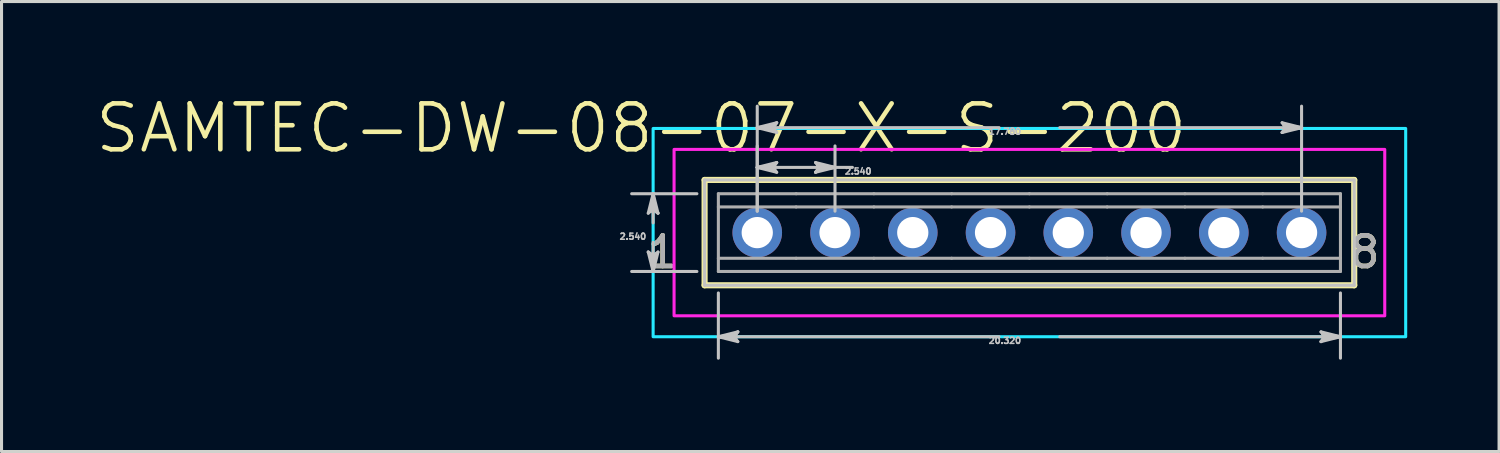
<source format=kicad_pcb>
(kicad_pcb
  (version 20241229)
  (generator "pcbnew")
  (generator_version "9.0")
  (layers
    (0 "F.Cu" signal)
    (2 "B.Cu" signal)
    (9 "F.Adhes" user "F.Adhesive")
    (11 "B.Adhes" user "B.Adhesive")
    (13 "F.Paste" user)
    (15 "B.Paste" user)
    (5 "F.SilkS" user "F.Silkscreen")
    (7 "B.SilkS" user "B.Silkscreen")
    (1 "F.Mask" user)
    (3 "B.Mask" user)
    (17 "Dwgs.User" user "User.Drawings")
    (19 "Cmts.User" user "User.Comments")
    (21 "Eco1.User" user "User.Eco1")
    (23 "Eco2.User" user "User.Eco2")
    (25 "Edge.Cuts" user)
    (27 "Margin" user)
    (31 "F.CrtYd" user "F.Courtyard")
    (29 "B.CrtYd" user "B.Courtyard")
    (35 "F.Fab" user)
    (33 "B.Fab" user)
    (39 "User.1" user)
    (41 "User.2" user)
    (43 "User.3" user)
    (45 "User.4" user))
  (footprint "SAMTEC-DW-08-07-X-S-200"
    (layer "F.Cu")
    (at 30.575 4.548)
    (property "Reference" "SAMTEC-DW-08-07-X-S-200" (at -12.678 -3.408 0) (layer "F.SilkS") (effects (font (size 1.5 1.5) (thickness 0.15))))
    (attr through_hole)
    (fp_circle (center -8.89 0) (end -8.029 0) (stroke (width 0) (type solid)) (fill yes) (layer "F.Mask"))
    (fp_circle (center -6.35 0) (end -5.489 0) (stroke (width 0) (type solid)) (fill yes) (layer "F.Mask"))
    (fp_circle (center -3.81 0) (end -2.949 0) (stroke (width 0) (type solid)) (fill yes) (layer "F.Mask"))
    (fp_circle (center -1.27 0) (end -0.409 0) (stroke (width 0) (type solid)) (fill yes) (layer "F.Mask"))
    (fp_circle (center 1.27 0) (end 2.131 0) (stroke (width 0) (type solid)) (fill yes) (layer "F.Mask"))
    (fp_circle (center 3.81 0) (end 4.671 0) (stroke (width 0) (type solid)) (fill yes) (layer "F.Mask"))
    (fp_circle (center 6.35 0) (end 7.211 0) (stroke (width 0) (type solid)) (fill yes) (layer "F.Mask"))
    (fp_circle (center 8.89 0) (end 9.751 0) (stroke (width 0) (type solid)) (fill yes) (layer "F.Mask"))
    (fp_circle (center -8.89 0) (end -8.029 0) (stroke (width 0) (type solid)) (fill yes) (layer "B.Mask"))
    (fp_circle (center -6.35 0) (end -5.489 0) (stroke (width 0) (type solid)) (fill yes) (layer "B.Mask"))
    (fp_circle (center -3.81 0) (end -2.949 0) (stroke (width 0) (type solid)) (fill yes) (layer "B.Mask"))
    (fp_circle (center -1.27 0) (end -0.409 0) (stroke (width 0) (type solid)) (fill yes) (layer "B.Mask"))
    (fp_circle (center 1.27 0) (end 2.131 0) (stroke (width 0) (type solid)) (fill yes) (layer "B.Mask"))
    (fp_circle (center 3.81 0) (end 4.671 0) (stroke (width 0) (type solid)) (fill yes) (layer "B.Mask"))
    (fp_circle (center 6.35 0) (end 7.211 0) (stroke (width 0) (type solid)) (fill yes) (layer "B.Mask"))
    (fp_circle (center 8.89 0) (end 9.751 0) (stroke (width 0) (type solid)) (fill yes) (layer "B.Mask"))
    (fp_line (start -10.61 -1.72) (end -10.61 1.72) (stroke (width 0.2) (type solid)) (layer "F.SilkS"))
    (fp_line (start -10.61 1.72) (end 10.61 1.72) (stroke (width 0.2) (type solid)) (layer "F.SilkS"))
    (fp_line (start 10.61 -1.72) (end -10.61 -1.72) (stroke (width 0.2) (type solid)) (layer "F.SilkS"))
    (fp_line (start 10.61 1.72) (end 10.61 -1.72) (stroke (width 0.2) (type solid)) (layer "F.SilkS"))
    (fp_line (start -12.45 -0.635) (end -12.291 -0.762) (stroke (width 0.1) (type solid)) (layer "Dwgs.User"))
    (fp_line (start -12.45 0.635) (end -12.291 1.27) (stroke (width 0.1) (type solid)) (layer "Dwgs.User"))
    (fp_line (start -12.37 -0.698) (end -12.291 -0.762) (stroke (width 0.1) (type solid)) (layer "Dwgs.User"))
    (fp_line (start -12.37 0.698) (end -12.45 0.635) (stroke (width 0.1) (type solid)) (layer "Dwgs.User"))
    (fp_line (start -12.291 -1.27) (end -12.45 -0.635) (stroke (width 0.1) (type solid)) (layer "Dwgs.User"))
    (fp_line (start -12.291 -1.27) (end -12.37 -0.698) (stroke (width 0.1) (type solid)) (layer "Dwgs.User"))
    (fp_line (start -12.291 -1.27) (end -12.212 -0.698) (stroke (width 0.1) (type solid)) (layer "Dwgs.User"))
    (fp_line (start -12.291 -0.762) (end -12.291 -1.27) (stroke (width 0.1) (type solid)) (layer "Dwgs.User"))
    (fp_line (start -12.291 -0.762) (end -12.132 -0.635) (stroke (width 0.1) (type solid)) (layer "Dwgs.User"))
    (fp_line (start -12.291 -0.318) (end -12.291 -1.27) (stroke (width 0.1) (type solid)) (layer "Dwgs.User"))
    (fp_line (start -12.291 0.318) (end -12.291 1.27) (stroke (width 0.1) (type solid)) (layer "Dwgs.User"))
    (fp_line (start -12.291 0.762) (end -12.45 0.635) (stroke (width 0.1) (type solid)) (layer "Dwgs.User"))
    (fp_line (start -12.291 0.762) (end -12.291 1.27) (stroke (width 0.1) (type solid)) (layer "Dwgs.User"))
    (fp_line (start -12.291 1.27) (end -12.37 0.698) (stroke (width 0.1) (type solid)) (layer "Dwgs.User"))
    (fp_line (start -12.291 1.27) (end -12.212 0.698) (stroke (width 0.1) (type solid)) (layer "Dwgs.User"))
    (fp_line (start -12.291 1.27) (end -12.132 0.635) (stroke (width 0.1) (type solid)) (layer "Dwgs.User"))
    (fp_line (start -12.212 -0.698) (end -12.132 -0.635) (stroke (width 0.1) (type solid)) (layer "Dwgs.User"))
    (fp_line (start -12.212 0.698) (end -12.291 0.762) (stroke (width 0.1) (type solid)) (layer "Dwgs.User"))
    (fp_line (start -12.132 -0.635) (end -12.291 -1.27) (stroke (width 0.1) (type solid)) (layer "Dwgs.User"))
    (fp_line (start -12.132 0.635) (end -12.291 0.762) (stroke (width 0.1) (type solid)) (layer "Dwgs.User"))
    (fp_line (start -10.861 -1.27) (end -12.992 -1.27) (stroke (width 0.1) (type solid)) (layer "Dwgs.User"))
    (fp_line (start -10.861 1.27) (end -12.992 1.27) (stroke (width 0.1) (type solid)) (layer "Dwgs.User"))
    (fp_line (start -10.61 -1.72) (end -10.61 1.72) (stroke (width 0.1) (type solid)) (layer "Dwgs.User"))
    (fp_line (start -10.61 1.72) (end 10.61 1.72) (stroke (width 0.1) (type solid)) (layer "Dwgs.User"))
    (fp_line (start -10.16 1.971) (end -10.16 4.102) (stroke (width 0.1) (type solid)) (layer "Dwgs.User"))
    (fp_line (start -10.16 3.401) (end -9.588 3.322) (stroke (width 0.1) (type solid)) (layer "Dwgs.User"))
    (fp_line (start -10.16 3.401) (end -9.588 3.48) (stroke (width 0.1) (type solid)) (layer "Dwgs.User"))
    (fp_line (start -10.16 3.401) (end -9.525 3.56) (stroke (width 0.1) (type solid)) (layer "Dwgs.User"))
    (fp_line (start -9.652 3.401) (end -10.16 3.401) (stroke (width 0.1) (type solid)) (layer "Dwgs.User"))
    (fp_line (start -9.652 3.401) (end -9.525 3.242) (stroke (width 0.1) (type solid)) (layer "Dwgs.User"))
    (fp_line (start -9.588 3.322) (end -9.525 3.242) (stroke (width 0.1) (type solid)) (layer "Dwgs.User"))
    (fp_line (start -9.588 3.48) (end -9.652 3.401) (stroke (width 0.1) (type solid)) (layer "Dwgs.User"))
    (fp_line (start -9.525 3.242) (end -10.16 3.401) (stroke (width 0.1) (type solid)) (layer "Dwgs.User"))
    (fp_line (start -9.525 3.56) (end -9.652 3.401) (stroke (width 0.1) (type solid)) (layer "Dwgs.User"))
    (fp_line (start -8.89 -3.429) (end -8.318 -3.508) (stroke (width 0.1) (type solid)) (layer "Dwgs.User"))
    (fp_line (start -8.89 -3.429) (end -8.318 -3.35) (stroke (width 0.1) (type solid)) (layer "Dwgs.User"))
    (fp_line (start -8.89 -3.429) (end -8.255 -3.27) (stroke (width 0.1) (type solid)) (layer "Dwgs.User"))
    (fp_line (start -8.89 -2.13) (end -8.319 -2.209) (stroke (width 0.1) (type solid)) (layer "Dwgs.User"))
    (fp_line (start -8.89 -2.13) (end -8.319 -2.05) (stroke (width 0.1) (type solid)) (layer "Dwgs.User"))
    (fp_line (start -8.89 -2.13) (end -8.255 -1.971) (stroke (width 0.1) (type solid)) (layer "Dwgs.User"))
    (fp_line (start -8.89 -0.701) (end -8.89 -4.13) (stroke (width 0.1) (type solid)) (layer "Dwgs.User"))
    (fp_line (start -8.89 -0.701) (end -8.89 -2.831) (stroke (width 0.1) (type solid)) (layer "Dwgs.User"))
    (fp_line (start -8.382 -3.429) (end -8.89 -3.429) (stroke (width 0.1) (type solid)) (layer "Dwgs.User"))
    (fp_line (start -8.382 -3.429) (end -8.255 -3.588) (stroke (width 0.1) (type solid)) (layer "Dwgs.User"))
    (fp_line (start -8.382 -2.13) (end -8.89 -2.13) (stroke (width 0.1) (type solid)) (layer "Dwgs.User"))
    (fp_line (start -8.382 -2.13) (end -8.255 -2.289) (stroke (width 0.1) (type solid)) (layer "Dwgs.User"))
    (fp_line (start -8.319 -2.209) (end -8.255 -2.289) (stroke (width 0.1) (type solid)) (layer "Dwgs.User"))
    (fp_line (start -8.319 -2.05) (end -8.382 -2.13) (stroke (width 0.1) (type solid)) (layer "Dwgs.User"))
    (fp_line (start -8.318 -3.508) (end -8.255 -3.588) (stroke (width 0.1) (type solid)) (layer "Dwgs.User"))
    (fp_line (start -8.318 -3.35) (end -8.382 -3.429) (stroke (width 0.1) (type solid)) (layer "Dwgs.User"))
    (fp_line (start -8.255 -3.588) (end -8.89 -3.429) (stroke (width 0.1) (type solid)) (layer "Dwgs.User"))
    (fp_line (start -8.255 -3.27) (end -8.382 -3.429) (stroke (width 0.1) (type solid)) (layer "Dwgs.User"))
    (fp_line (start -8.255 -2.289) (end -8.89 -2.13) (stroke (width 0.1) (type solid)) (layer "Dwgs.User"))
    (fp_line (start -8.255 -1.971) (end -8.382 -2.13) (stroke (width 0.1) (type solid)) (layer "Dwgs.User"))
    (fp_line (start -6.985 -2.289) (end -6.858 -2.13) (stroke (width 0.1) (type solid)) (layer "Dwgs.User"))
    (fp_line (start -6.985 -1.971) (end -6.35 -2.13) (stroke (width 0.1) (type solid)) (layer "Dwgs.User"))
    (fp_line (start -6.921 -2.21) (end -6.858 -2.13) (stroke (width 0.1) (type solid)) (layer "Dwgs.User"))
    (fp_line (start -6.921 -2.051) (end -6.985 -1.971) (stroke (width 0.1) (type solid)) (layer "Dwgs.User"))
    (fp_line (start -6.858 -2.13) (end -6.985 -1.971) (stroke (width 0.1) (type solid)) (layer "Dwgs.User"))
    (fp_line (start -6.858 -2.13) (end -6.35 -2.13) (stroke (width 0.1) (type solid)) (layer "Dwgs.User"))
    (fp_line (start -6.35 -2.13) (end -8.89 -2.13) (stroke (width 0.1) (type solid)) (layer "Dwgs.User"))
    (fp_line (start -6.35 -2.13) (end -6.985 -2.289) (stroke (width 0.1) (type solid)) (layer "Dwgs.User"))
    (fp_line (start -6.35 -2.13) (end -6.921 -2.21) (stroke (width 0.1) (type solid)) (layer "Dwgs.User"))
    (fp_line (start -6.35 -2.13) (end -6.921 -2.051) (stroke (width 0.1) (type solid)) (layer "Dwgs.User"))
    (fp_line (start -6.35 -0.701) (end -6.35 -2.831) (stroke (width 0.1) (type solid)) (layer "Dwgs.User"))
    (fp_line (start -5.781 -2.13) (end -6.35 -2.13) (stroke (width 0.1) (type solid)) (layer "Dwgs.User"))
    (fp_line (start -0.991 -3.429) (end -8.89 -3.429) (stroke (width 0.1) (type solid)) (layer "Dwgs.User"))
    (fp_line (start -0.991 3.401) (end -10.16 3.401) (stroke (width 0.1) (type solid)) (layer "Dwgs.User"))
    (fp_line (start 0.991 -3.429) (end 8.89 -3.429) (stroke (width 0.1) (type solid)) (layer "Dwgs.User"))
    (fp_line (start 0.991 3.401) (end 10.16 3.401) (stroke (width 0.1) (type solid)) (layer "Dwgs.User"))
    (fp_line (start 8.255 -3.588) (end 8.382 -3.429) (stroke (width 0.1) (type solid)) (layer "Dwgs.User"))
    (fp_line (start 8.255 -3.27) (end 8.89 -3.429) (stroke (width 0.1) (type solid)) (layer "Dwgs.User"))
    (fp_line (start 8.318 -3.508) (end 8.382 -3.429) (stroke (width 0.1) (type solid)) (layer "Dwgs.User"))
    (fp_line (start 8.318 -3.35) (end 8.255 -3.27) (stroke (width 0.1) (type solid)) (layer "Dwgs.User"))
    (fp_line (start 8.382 -3.429) (end 8.255 -3.27) (stroke (width 0.1) (type solid)) (layer "Dwgs.User"))
    (fp_line (start 8.382 -3.429) (end 8.89 -3.429) (stroke (width 0.1) (type solid)) (layer "Dwgs.User"))
    (fp_line (start 8.89 -3.429) (end 8.255 -3.588) (stroke (width 0.1) (type solid)) (layer "Dwgs.User"))
    (fp_line (start 8.89 -3.429) (end 8.318 -3.508) (stroke (width 0.1) (type solid)) (layer "Dwgs.User"))
    (fp_line (start 8.89 -3.429) (end 8.318 -3.35) (stroke (width 0.1) (type solid)) (layer "Dwgs.User"))
    (fp_line (start 8.89 -0.701) (end 8.89 -4.13) (stroke (width 0.1) (type solid)) (layer "Dwgs.User"))
    (fp_line (start 9.525 3.242) (end 9.652 3.401) (stroke (width 0.1) (type solid)) (layer "Dwgs.User"))
    (fp_line (start 9.525 3.56) (end 10.16 3.401) (stroke (width 0.1) (type solid)) (layer "Dwgs.User"))
    (fp_line (start 9.588 3.322) (end 9.652 3.401) (stroke (width 0.1) (type solid)) (layer "Dwgs.User"))
    (fp_line (start 9.588 3.48) (end 9.525 3.56) (stroke (width 0.1) (type solid)) (layer "Dwgs.User"))
    (fp_line (start 9.652 3.401) (end 9.525 3.56) (stroke (width 0.1) (type solid)) (layer "Dwgs.User"))
    (fp_line (start 9.652 3.401) (end 10.16 3.401) (stroke (width 0.1) (type solid)) (layer "Dwgs.User"))
    (fp_line (start 10.16 1.971) (end 10.16 4.102) (stroke (width 0.1) (type solid)) (layer "Dwgs.User"))
    (fp_line (start 10.16 3.401) (end 9.525 3.242) (stroke (width 0.1) (type solid)) (layer "Dwgs.User"))
    (fp_line (start 10.16 3.401) (end 9.588 3.322) (stroke (width 0.1) (type solid)) (layer "Dwgs.User"))
    (fp_line (start 10.16 3.401) (end 9.588 3.48) (stroke (width 0.1) (type solid)) (layer "Dwgs.User"))
    (fp_line (start 10.61 -1.72) (end -10.61 -1.72) (stroke (width 0.1) (type solid)) (layer "Dwgs.User"))
    (fp_line (start 10.61 1.72) (end 10.61 -1.72) (stroke (width 0.1) (type solid)) (layer "Dwgs.User"))
    (fp_poly (pts (xy -12.291 3.401) (xy -12.291 -3.401) (xy 12.291 -3.401) (xy 12.291 3.401) (xy -12.291 3.401)) (stroke (width 0.1) (type solid)) (fill no) (layer "B.CrtYd"))
    (fp_poly (pts (xy 11.607 -2.717) (xy -11.607 -2.717) (xy -11.607 2.717) (xy 11.607 2.717) (xy 11.607 -2.717)) (stroke (width 0.1) (type solid)) (fill no) (layer "F.CrtYd"))
    (fp_line (start -10.16 -1.27) (end -10.16 1.27) (stroke (width 0.1) (type solid)) (layer "F.Fab"))
    (fp_line (start -10.16 -0.838) (end -7.62 -0.838) (stroke (width 0.1) (type solid)) (layer "F.Fab"))
    (fp_line (start -10.16 0.838) (end -7.62 0.838) (stroke (width 0.1) (type solid)) (layer "F.Fab"))
    (fp_line (start -10.16 1.27) (end -7.62 1.27) (stroke (width 0.1) (type solid)) (layer "F.Fab"))
    (fp_line (start -9.208 -0.318) (end -8.572 -0.318) (stroke (width 0.1) (type solid)) (layer "F.Fab"))
    (fp_line (start -9.208 0.318) (end -9.208 -0.318) (stroke (width 0.1) (type solid)) (layer "F.Fab"))
    (fp_line (start -9.208 0.318) (end -8.572 0.318) (stroke (width 0.1) (type solid)) (layer "F.Fab"))
    (fp_line (start -8.572 0.318) (end -8.572 -0.318) (stroke (width 0.1) (type solid)) (layer "F.Fab"))
    (fp_line (start -7.62 -1.27) (end -10.16 -1.27) (stroke (width 0.1) (type solid)) (layer "F.Fab"))
    (fp_line (start -7.62 -0.838) (end -5.08 -0.838) (stroke (width 0.1) (type solid)) (layer "F.Fab"))
    (fp_line (start -7.62 0.838) (end -5.08 0.838) (stroke (width 0.1) (type solid)) (layer "F.Fab"))
    (fp_line (start -7.62 1.27) (end -5.08 1.27) (stroke (width 0.1) (type solid)) (layer "F.Fab"))
    (fp_line (start -6.668 -0.318) (end -6.032 -0.318) (stroke (width 0.1) (type solid)) (layer "F.Fab"))
    (fp_line (start -6.668 0.318) (end -6.668 -0.318) (stroke (width 0.1) (type solid)) (layer "F.Fab"))
    (fp_line (start -6.668 0.318) (end -6.032 0.318) (stroke (width 0.1) (type solid)) (layer "F.Fab"))
    (fp_line (start -6.032 0.318) (end -6.032 -0.318) (stroke (width 0.1) (type solid)) (layer "F.Fab"))
    (fp_line (start -5.08 -1.27) (end -7.62 -1.27) (stroke (width 0.1) (type solid)) (layer "F.Fab"))
    (fp_line (start -5.08 -0.838) (end -2.54 -0.838) (stroke (width 0.1) (type solid)) (layer "F.Fab"))
    (fp_line (start -5.08 0.838) (end -2.54 0.838) (stroke (width 0.1) (type solid)) (layer "F.Fab"))
    (fp_line (start -5.08 1.27) (end -2.54 1.27) (stroke (width 0.1) (type solid)) (layer "F.Fab"))
    (fp_line (start -4.128 -0.318) (end -3.492 -0.318) (stroke (width 0.1) (type solid)) (layer "F.Fab"))
    (fp_line (start -4.128 0.318) (end -4.128 -0.318) (stroke (width 0.1) (type solid)) (layer "F.Fab"))
    (fp_line (start -4.128 0.318) (end -3.492 0.318) (stroke (width 0.1) (type solid)) (layer "F.Fab"))
    (fp_line (start -3.492 0.318) (end -3.492 -0.318) (stroke (width 0.1) (type solid)) (layer "F.Fab"))
    (fp_line (start -2.54 -1.27) (end -5.08 -1.27) (stroke (width 0.1) (type solid)) (layer "F.Fab"))
    (fp_line (start -2.54 -0.838) (end 0 -0.838) (stroke (width 0.1) (type solid)) (layer "F.Fab"))
    (fp_line (start -2.54 0.838) (end 0 0.838) (stroke (width 0.1) (type solid)) (layer "F.Fab"))
    (fp_line (start -2.54 1.27) (end 0 1.27) (stroke (width 0.1) (type solid)) (layer "F.Fab"))
    (fp_line (start -1.588 -0.318) (end -0.952 -0.318) (stroke (width 0.1) (type solid)) (layer "F.Fab"))
    (fp_line (start -1.588 0.318) (end -1.588 -0.318) (stroke (width 0.1) (type solid)) (layer "F.Fab"))
    (fp_line (start -1.588 0.318) (end -0.952 0.318) (stroke (width 0.1) (type solid)) (layer "F.Fab"))
    (fp_line (start -0.952 0.318) (end -0.952 -0.318) (stroke (width 0.1) (type solid)) (layer "F.Fab"))
    (fp_line (start 0 -1.27) (end -2.54 -1.27) (stroke (width 0.1) (type solid)) (layer "F.Fab"))
    (fp_line (start 0 -0.838) (end 2.54 -0.838) (stroke (width 0.1) (type solid)) (layer "F.Fab"))
    (fp_line (start 0 0.838) (end 2.54 0.838) (stroke (width 0.1) (type solid)) (layer "F.Fab"))
    (fp_line (start 0 1.27) (end 2.54 1.27) (stroke (width 0.1) (type solid)) (layer "F.Fab"))
    (fp_line (start 0.952 -0.318) (end 1.588 -0.318) (stroke (width 0.1) (type solid)) (layer "F.Fab"))
    (fp_line (start 0.952 0.318) (end 0.952 -0.318) (stroke (width 0.1) (type solid)) (layer "F.Fab"))
    (fp_line (start 0.952 0.318) (end 1.588 0.318) (stroke (width 0.1) (type solid)) (layer "F.Fab"))
    (fp_line (start 1.588 0.318) (end 1.588 -0.318) (stroke (width 0.1) (type solid)) (layer "F.Fab"))
    (fp_line (start 2.54 -1.27) (end 0 -1.27) (stroke (width 0.1) (type solid)) (layer "F.Fab"))
    (fp_line (start 2.54 -0.838) (end 5.08 -0.838) (stroke (width 0.1) (type solid)) (layer "F.Fab"))
    (fp_line (start 2.54 0.838) (end 5.08 0.838) (stroke (width 0.1) (type solid)) (layer "F.Fab"))
    (fp_line (start 2.54 1.27) (end 5.08 1.27) (stroke (width 0.1) (type solid)) (layer "F.Fab"))
    (fp_line (start 3.492 -0.318) (end 4.128 -0.318) (stroke (width 0.1) (type solid)) (layer "F.Fab"))
    (fp_line (start 3.492 0.318) (end 3.492 -0.318) (stroke (width 0.1) (type solid)) (layer "F.Fab"))
    (fp_line (start 3.492 0.318) (end 4.128 0.318) (stroke (width 0.1) (type solid)) (layer "F.Fab"))
    (fp_line (start 4.128 0.318) (end 4.128 -0.318) (stroke (width 0.1) (type solid)) (layer "F.Fab"))
    (fp_line (start 5.08 -1.27) (end 2.54 -1.27) (stroke (width 0.1) (type solid)) (layer "F.Fab"))
    (fp_line (start 5.08 -0.838) (end 7.62 -0.838) (stroke (width 0.1) (type solid)) (layer "F.Fab"))
    (fp_line (start 5.08 0.838) (end 7.62 0.838) (stroke (width 0.1) (type solid)) (layer "F.Fab"))
    (fp_line (start 5.08 1.27) (end 7.62 1.27) (stroke (width 0.1) (type solid)) (layer "F.Fab"))
    (fp_line (start 6.032 -0.318) (end 6.668 -0.318) (stroke (width 0.1) (type solid)) (layer "F.Fab"))
    (fp_line (start 6.032 0.318) (end 6.032 -0.318) (stroke (width 0.1) (type solid)) (layer "F.Fab"))
    (fp_line (start 6.032 0.318) (end 6.668 0.318) (stroke (width 0.1) (type solid)) (layer "F.Fab"))
    (fp_line (start 6.668 0.318) (end 6.668 -0.318) (stroke (width 0.1) (type solid)) (layer "F.Fab"))
    (fp_line (start 7.62 -1.27) (end 5.08 -1.27) (stroke (width 0.1) (type solid)) (layer "F.Fab"))
    (fp_line (start 7.62 -0.838) (end 10.16 -0.838) (stroke (width 0.1) (type solid)) (layer "F.Fab"))
    (fp_line (start 7.62 0.838) (end 10.16 0.838) (stroke (width 0.1) (type solid)) (layer "F.Fab"))
    (fp_line (start 7.62 1.27) (end 10.16 1.27) (stroke (width 0.1) (type solid)) (layer "F.Fab"))
    (fp_line (start 8.572 -0.318) (end 9.208 -0.318) (stroke (width 0.1) (type solid)) (layer "F.Fab"))
    (fp_line (start 8.572 0.318) (end 8.572 -0.318) (stroke (width 0.1) (type solid)) (layer "F.Fab"))
    (fp_line (start 8.572 0.318) (end 9.208 0.318) (stroke (width 0.1) (type solid)) (layer "F.Fab"))
    (fp_line (start 9.208 0.318) (end 9.208 -0.318) (stroke (width 0.1) (type solid)) (layer "F.Fab"))
    (fp_line (start 10.16 -1.27) (end 7.62 -1.27) (stroke (width 0.1) (type solid)) (layer "F.Fab"))
    (fp_line (start 10.16 1.27) (end 10.16 -1.27) (stroke (width 0.1) (type solid)) (layer "F.Fab"))
    (fp_text user "1" (at -11.98 0.635 0) (layer "F.SilkS") (effects (font (size 1 1) (thickness 0.15))))
    (fp_text user "8" (at 10.951 0.635 0) (layer "F.SilkS") (effects (font (size 1 1) (thickness 0.15))))
    (fp_text user "2.540" (at -12.951 0.127 0) (layer "Dwgs.User") (effects (font (size 0.2 0.2) (thickness 0.15))))
    (fp_text user "20.320" (at -0.8 3.528 0) (layer "Dwgs.User") (effects (font (size 0.2 0.2) (thickness 0.15))))
    (fp_text user "2.540" (at -5.592 -2.003 0) (layer "Dwgs.User") (effects (font (size 0.2 0.2) (thickness 0.15))))
    (fp_text user "17.780" (at -0.8 -3.302 0) (layer "Dwgs.User") (effects (font (size 0.2 0.2) (thickness 0.15))))
    (fp_text user "8" (at 10.951 0.635 0) (layer "F.Fab") (effects (font (size 1 1) (thickness 0.15))))
    (fp_text user "1" (at -11.98 0.635 0) (layer "F.Fab") (effects (font (size 1 1) (thickness 0.15))))
    (pad "1" thru_hole circle (at -8.89 0) (size 1.62 1.62) (drill 1.02) (layers "*.Cu"))
    (pad "2" thru_hole circle (at -6.35 0) (size 1.62 1.62) (drill 1.02) (layers "*.Cu"))
    (pad "3" thru_hole circle (at -3.81 0) (size 1.62 1.62) (drill 1.02) (layers "*.Cu"))
    (pad "4" thru_hole circle (at -1.27 0) (size 1.62 1.62) (drill 1.02) (layers "*.Cu"))
    (pad "5" thru_hole circle (at 1.27 0) (size 1.62 1.62) (drill 1.02) (layers "*.Cu"))
    (pad "6" thru_hole circle (at 3.81 0) (size 1.62 1.62) (drill 1.02) (layers "*.Cu"))
    (pad "7" thru_hole circle (at 6.35 0) (size 1.62 1.62) (drill 1.02) (layers "*.Cu"))
    (pad "8" thru_hole circle (at 8.89 0) (size 1.62 1.62) (drill 1.02) (layers "*.Cu")))
  (gr_rect
    (start -3 -3)
    (end 45.916 11.7)
    (stroke (width 0.1) (type default))
    (fill no)
    (layer "Edge.Cuts")))
</source>
